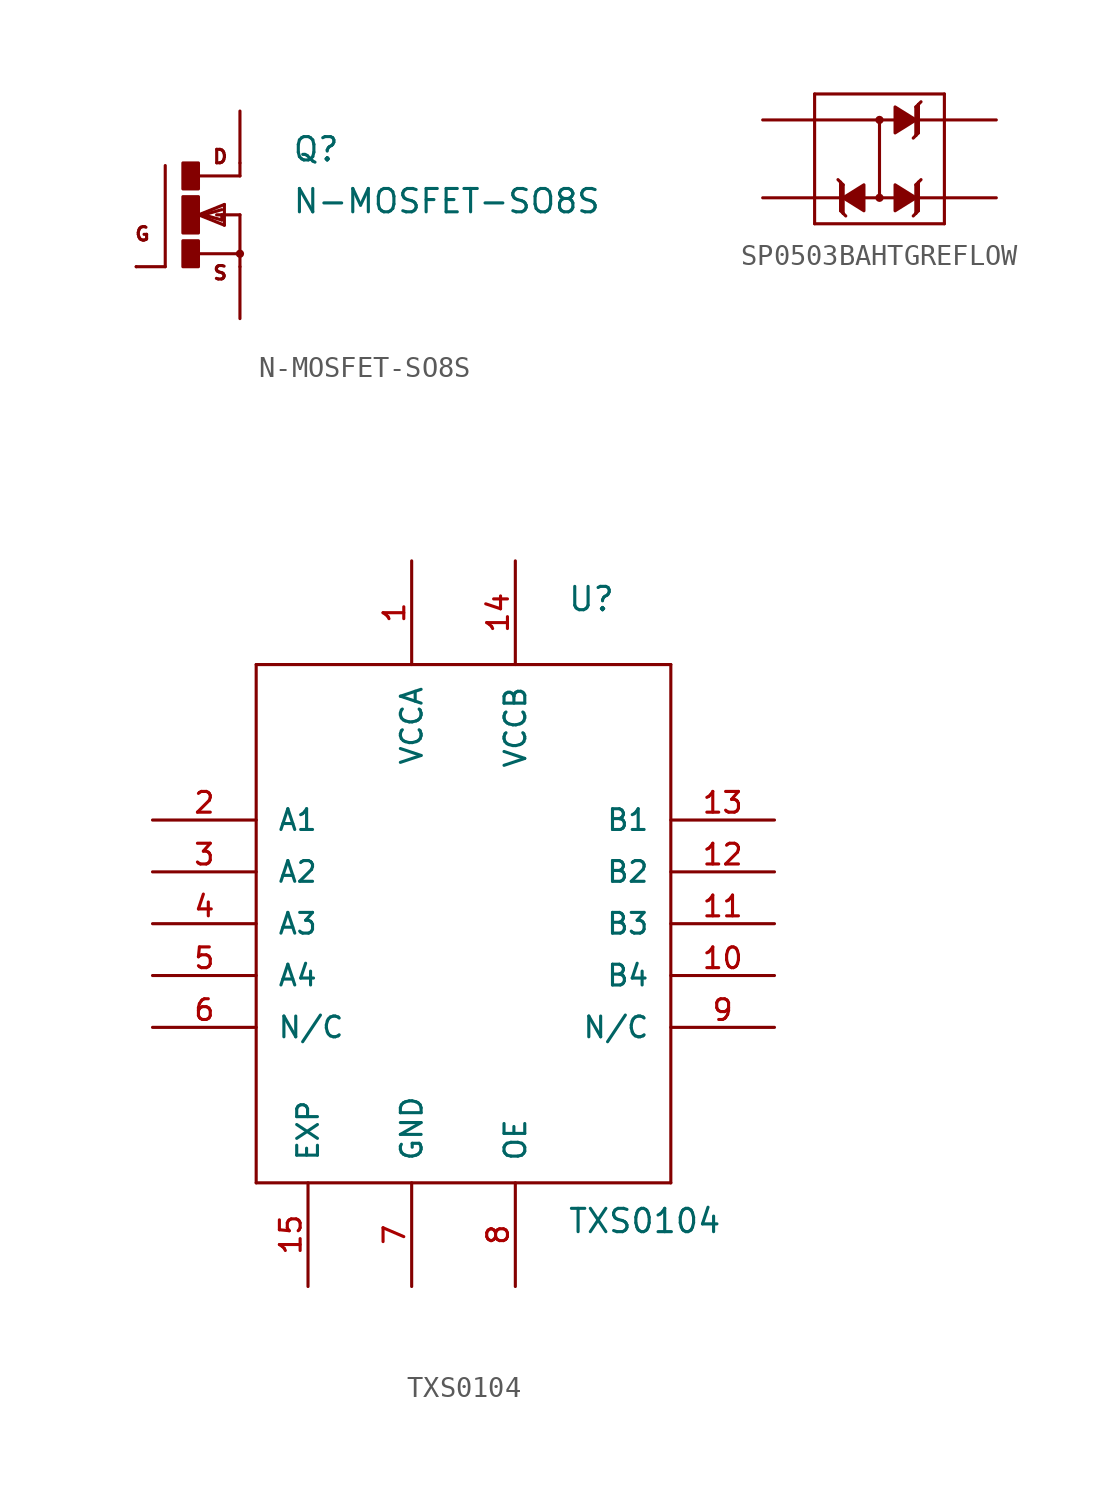
<source format=kicad_sym>
(kicad_symbol_lib
  (version 20220914)
  (generator kicad_symbol_editor)
  (symbol "N-MOSFET-SO8S"
    (pin_numbers hide)
    (pin_names
      (offset 1.016) hide)
    (property "Reference" "Q"
      (at 5.08 2.54 0)
      (effects (font (size 1.143 1.143)) (justify left bottom)))
    (property "Value" "N-MOSFET-SO8S"
      (at 5.08 0 0)
      (effects (font (size 1.143 1.143)) (justify left bottom)))
    (property "ki_locked" ""
      (at 0 0 0)
      (effects (font (size 1.27 1.27))))
    (symbol "N-MOSFET-SO8S_1_0"
      (polyline (pts (xy -1.118 -2.54) (xy -2.54 -2.54)) (stroke (width 0) (type solid)) (fill (type none)))
      (polyline (pts (xy -1.118 2.413) (xy -1.118 -2.54)) (stroke (width 0) (type solid)) (fill (type none)))
      (polyline (pts (xy 0.508 -1.905) (xy 2.54 -1.905)) (stroke (width 0) (type solid)) (fill (type none)))
      (polyline (pts (xy 0.508 0) (xy 1.778 -0.508)) (stroke (width 0) (type solid)) (fill (type none)))
      (polyline (pts (xy 0.762 0) (xy 1.651 -0.254)) (stroke (width 0) (type solid)) (fill (type none)))
      (polyline (pts (xy 1.651 -0.254) (xy 1.651 0)) (stroke (width 0) (type solid)) (fill (type none)))
      (polyline (pts (xy 1.651 0) (xy 1.397 0)) (stroke (width 0) (type solid)) (fill (type none)))
      (polyline (pts (xy 1.651 0) (xy 2.54 0)) (stroke (width 0) (type solid)) (fill (type none)))
      (polyline (pts (xy 1.651 0.254) (xy 0.762 0)) (stroke (width 0) (type solid)) (fill (type none)))
      (polyline (pts (xy 1.778 -0.508) (xy 1.778 0.508)) (stroke (width 0) (type solid)) (fill (type none)))
      (polyline (pts (xy 1.778 0.508) (xy 0.508 0)) (stroke (width 0) (type solid)) (fill (type none)))
      (polyline (pts (xy 2.54 -1.905) (xy 2.54 -2.54)) (stroke (width 0) (type solid)) (fill (type none)))
      (polyline (pts (xy 2.54 0) (xy 2.54 -1.905)) (stroke (width 0) (type solid)) (fill (type none)))
      (polyline (pts (xy 2.54 1.905) (xy 0.533 1.905)) (stroke (width 0) (type solid)) (fill (type none)))
      (polyline (pts (xy 2.54 2.54) (xy 2.54 1.905)) (stroke (width 0) (type solid)) (fill (type none)))
      (text "D" (at 1.575 2.845 0) (effects (font (size 0.66 0.66))))
      (text "G" (at -2.235 -0.94 0) (effects (font (size 0.66 0.66))))
      (text "S" (at 1.575 -2.845 0) (effects (font (size 0.66 0.66)))))
    (symbol "N-MOSFET-SO8S_1_1"
      (rectangle (start -0.254 -2.54) (end 0.508 -1.27) (stroke (width 0) (type solid)) (fill (type outline)))
      (rectangle (start -0.254 -0.889) (end 0.508 0.889) (stroke (width 0) (type solid)) (fill (type outline)))
      (rectangle (start -0.254 1.27) (end 0.508 2.54) (stroke (width 0) (type solid)) (fill (type outline)))
      (circle (center 2.54 -1.905) (radius 0.127) (stroke (width 0) (type solid)) (fill (type outline)))
      (pin passive line (at 2.54 -5.08 90) (length 2.54) (name "S" (effects (font (size 1.016 1.016)))) (number "1" (effects (font (size 1.016 1.016)))))
      (pin passive line (at 2.54 -5.08 90) (length 2.54) hide (name "S" (effects (font (size 1.016 1.016)))) (number "2" (effects (font (size 1.016 1.016)))))
      (pin passive line (at 2.54 -5.08 90) (length 2.54) hide (name "S" (effects (font (size 1.016 1.016)))) (number "3" (effects (font (size 1.016 1.016)))))
      (pin passive line (at -2.54 -2.54 0) (length 0) (name "G" (effects (font (size 1.016 1.016)))) (number "4" (effects (font (size 1.016 1.016)))))
      (pin passive line (at 2.54 5.08 270) (length 2.54) (name "D" (effects (font (size 1.016 1.016)))) (number "5" (effects (font (size 1.016 1.016)))))
      (pin passive line (at 2.54 5.08 270) (length 2.54) hide (name "D" (effects (font (size 1.016 1.016)))) (number "6" (effects (font (size 1.016 1.016)))))
      (pin passive line (at 2.54 5.08 270) (length 2.54) hide (name "D" (effects (font (size 1.016 1.016)))) (number "7" (effects (font (size 1.016 1.016)))))
      (pin passive line (at 2.54 5.08 270) (length 2.54) hide (name "D" (effects (font (size 1.016 1.016)))) (number "8" (effects (font (size 1.016 1.016)))))))
  (symbol "SP0503BAHTGREFLOW"
    (pin_numbers hide)
    (pin_names
      (offset 1.016) hide)
    (property "Reference" "U"
      (at 0 0 0)
      (effects (font (size 1.143 1.143)) hide))
    (property "ki_locked" ""
      (at 0 0 0)
      (effects (font (size 1.27 1.27))))
    (symbol "SP0503BAHTGREFLOW_1_0"
      (polyline (pts (xy -3.81 -3.81) (xy -3.81 -2.54)) (stroke (width 0) (type solid)) (fill (type none)))
      (polyline (pts (xy -3.81 -2.54) (xy -3.81 1.27)) (stroke (width 0) (type solid)) (fill (type none)))
      (polyline (pts (xy -3.81 -2.54) (xy -2.54 -2.54)) (stroke (width 0) (type solid)) (fill (type none)))
      (polyline (pts (xy -3.81 1.27) (xy -3.81 2.54)) (stroke (width 0) (type solid)) (fill (type none)))
      (polyline (pts (xy -3.81 1.27) (xy 0.127 1.27)) (stroke (width 0) (type solid)) (fill (type none)))
      (polyline (pts (xy -3.81 2.54) (xy 2.54 2.54)) (stroke (width 0) (type solid)) (fill (type none)))
      (polyline (pts (xy -2.54 -3.175) (xy -2.413 -3.302)) (stroke (width 0) (type solid)) (fill (type none)))
      (polyline (pts (xy -2.54 -2.54) (xy -2.54 -3.175)) (stroke (width 0) (type solid)) (fill (type none)))
      (polyline (pts (xy -2.54 -1.778) (xy -2.667 -1.651)) (stroke (width 0) (type solid)) (fill (type none)))
      (polyline (pts (xy -2.54 -1.778) (xy -2.54 -2.54)) (stroke (width 0) (type solid)) (fill (type none)))
      (polyline (pts (xy -2.413 -3.302) (xy -2.286 -3.429)) (stroke (width 0) (type solid)) (fill (type none)))
      (polyline (pts (xy -2.413 -1.905) (xy -2.54 -1.778)) (stroke (width 0) (type solid)) (fill (type none)))
      (polyline (pts (xy -2.413 -1.905) (xy -2.413 -3.302)) (stroke (width 0) (type solid)) (fill (type none)))
      (polyline (pts (xy -0.635 1.143) (xy -0.635 -2.54)) (stroke (width 0) (type solid)) (fill (type none)))
      (polyline (pts (xy 0.254 -2.54) (xy -1.524 -2.54)) (stroke (width 0) (type solid)) (fill (type none)))
      (polyline (pts (xy 1.143 -3.302) (xy 1.016 -3.429)) (stroke (width 0) (type solid)) (fill (type none)))
      (polyline (pts (xy 1.143 -1.905) (xy 1.143 -3.302)) (stroke (width 0) (type solid)) (fill (type none)))
      (polyline (pts (xy 1.143 -1.905) (xy 1.27 -1.778)) (stroke (width 0) (type solid)) (fill (type none)))
      (polyline (pts (xy 1.143 0.508) (xy 1.016 0.381)) (stroke (width 0) (type solid)) (fill (type none)))
      (polyline (pts (xy 1.143 1.905) (xy 1.143 0.508)) (stroke (width 0) (type solid)) (fill (type none)))
      (polyline (pts (xy 1.143 1.905) (xy 1.27 2.032)) (stroke (width 0) (type solid)) (fill (type none)))
      (polyline (pts (xy 1.27 -3.175) (xy 1.143 -3.302)) (stroke (width 0) (type solid)) (fill (type none)))
      (polyline (pts (xy 1.27 -2.54) (xy 1.27 -3.175)) (stroke (width 0) (type solid)) (fill (type none)))
      (polyline (pts (xy 1.27 -1.778) (xy 1.27 -2.54)) (stroke (width 0) (type solid)) (fill (type none)))
      (polyline (pts (xy 1.27 -1.778) (xy 1.397 -1.651)) (stroke (width 0) (type solid)) (fill (type none)))
      (polyline (pts (xy 1.27 0.635) (xy 1.143 0.508)) (stroke (width 0) (type solid)) (fill (type none)))
      (polyline (pts (xy 1.27 1.27) (xy 1.27 0.635)) (stroke (width 0) (type solid)) (fill (type none)))
      (polyline (pts (xy 1.27 2.032) (xy 1.27 1.27)) (stroke (width 0) (type solid)) (fill (type none)))
      (polyline (pts (xy 1.27 2.032) (xy 1.397 2.159)) (stroke (width 0) (type solid)) (fill (type none)))
      (polyline (pts (xy 2.54 -3.81) (xy -3.81 -3.81)) (stroke (width 0) (type solid)) (fill (type none)))
      (polyline (pts (xy 2.54 -2.54) (xy 1.27 -2.54)) (stroke (width 0) (type solid)) (fill (type none)))
      (polyline (pts (xy 2.54 -2.54) (xy 2.54 -3.81)) (stroke (width 0) (type solid)) (fill (type none)))
      (polyline (pts (xy 2.54 1.27) (xy 1.27 1.27)) (stroke (width 0) (type solid)) (fill (type none)))
      (polyline (pts (xy 2.54 1.27) (xy 2.54 -2.54)) (stroke (width 0) (type solid)) (fill (type none)))
      (polyline (pts (xy 2.54 2.54) (xy 2.54 1.27)) (stroke (width 0) (type solid)) (fill (type none))))
    (symbol "SP0503BAHTGREFLOW_1_1"
      (circle (center -0.635 -2.54) (radius 0.127) (stroke (width 0) (type solid)) (fill (type outline)))
      (circle (center -0.635 1.27) (radius 0.127) (stroke (width 0) (type solid)) (fill (type outline)))
      (polyline (pts (xy -1.397 -1.905) (xy -1.397 -3.175) (xy -1.397 -3.175) (xy -2.413 -2.54) (xy -2.413 -2.54) (xy -1.397 -1.905)) (stroke (width 0) (type solid)) (fill (type outline)))
      (polyline (pts (xy 0.127 -1.905) (xy 0.127 -3.175) (xy 0.127 -3.175) (xy 1.143 -2.54) (xy 1.143 -2.54) (xy 0.127 -1.905)) (stroke (width 0) (type solid)) (fill (type outline)))
      (polyline (pts (xy 0.127 1.905) (xy 0.127 0.635) (xy 0.127 0.635) (xy 1.143 1.27) (xy 1.143 1.27) (xy 0.127 1.905)) (stroke (width 0) (type solid)) (fill (type outline)))
      (pin bidirectional line (at -6.35 1.27 0) (length 2.54) (name "P$1" (effects (font (size 1.016 1.016)))) (number "1" (effects (font (size 1.016 1.016)))))
      (pin bidirectional line (at -6.35 -2.54 0) (length 2.54) (name "P$2" (effects (font (size 1.016 1.016)))) (number "2" (effects (font (size 1.016 1.016)))))
      (pin bidirectional line (at 5.08 -2.54 180) (length 2.54) (name "P$3" (effects (font (size 1.016 1.016)))) (number "3" (effects (font (size 1.016 1.016)))))
      (pin bidirectional line (at 5.08 1.27 180) (length 2.54) (name "P$4" (effects (font (size 1.016 1.016)))) (number "4" (effects (font (size 1.016 1.016)))))))
  (symbol "TXS0104"
    (pin_names
      (offset 1.016))
    (property "Reference" "U"
      (at 5.08 15.24 0)
      (effects (font (size 1.143 1.143)) (justify left bottom)))
    (property "Value" "TXS0104"
      (at 5.08 -15.24 0)
      (effects (font (size 1.143 1.143)) (justify left bottom)))
    (property "ki_locked" ""
      (at 0 0 0)
      (effects (font (size 1.27 1.27))))
    (symbol "TXS0104_1_0"
      (polyline (pts (xy -10.16 -12.7) (xy 10.16 -12.7)) (stroke (width 0) (type solid)) (fill (type none)))
      (polyline (pts (xy -10.16 12.7) (xy -10.16 -12.7)) (stroke (width 0) (type solid)) (fill (type none)))
      (polyline (pts (xy 10.16 -12.7) (xy 10.16 12.7)) (stroke (width 0) (type solid)) (fill (type none)))
      (polyline (pts (xy 10.16 12.7) (xy -10.16 12.7)) (stroke (width 0) (type solid)) (fill (type none))))
    (symbol "TXS0104_1_1"
      (pin power_in line (at -2.54 17.78 270) (length 5.08) (name "VCCA" (effects (font (size 1.016 1.016)))) (number "1" (effects (font (size 1.016 1.016)))))
      (pin passive line (at 15.24 -2.54 180) (length 5.08) (name "B4" (effects (font (size 1.016 1.016)))) (number "10" (effects (font (size 1.016 1.016)))))
      (pin passive line (at 15.24 0 180) (length 5.08) (name "B3" (effects (font (size 1.016 1.016)))) (number "11" (effects (font (size 1.016 1.016)))))
      (pin passive line (at 15.24 2.54 180) (length 5.08) (name "B2" (effects (font (size 1.016 1.016)))) (number "12" (effects (font (size 1.016 1.016)))))
      (pin passive line (at 15.24 5.08 180) (length 5.08) (name "B1" (effects (font (size 1.016 1.016)))) (number "13" (effects (font (size 1.016 1.016)))))
      (pin power_in line (at 2.54 17.78 270) (length 5.08) (name "VCCB" (effects (font (size 1.016 1.016)))) (number "14" (effects (font (size 1.016 1.016)))))
      (pin power_in line (at -7.62 -17.78 90) (length 5.08) (name "EXP" (effects (font (size 1.016 1.016)))) (number "15" (effects (font (size 1.016 1.016)))))
      (pin passive line (at -15.24 5.08 0) (length 5.08) (name "A1" (effects (font (size 1.016 1.016)))) (number "2" (effects (font (size 1.016 1.016)))))
      (pin passive line (at -15.24 2.54 0) (length 5.08) (name "A2" (effects (font (size 1.016 1.016)))) (number "3" (effects (font (size 1.016 1.016)))))
      (pin passive line (at -15.24 0 0) (length 5.08) (name "A3" (effects (font (size 1.016 1.016)))) (number "4" (effects (font (size 1.016 1.016)))))
      (pin passive line (at -15.24 -2.54 0) (length 5.08) (name "A4" (effects (font (size 1.016 1.016)))) (number "5" (effects (font (size 1.016 1.016)))))
      (pin unspecified line (at -15.24 -5.08 0) (length 5.08) (name "N/C" (effects (font (size 1.016 1.016)))) (number "6" (effects (font (size 1.016 1.016)))))
      (pin power_in line (at -2.54 -17.78 90) (length 5.08) (name "GND" (effects (font (size 1.016 1.016)))) (number "7" (effects (font (size 1.016 1.016)))))
      (pin passive line (at 2.54 -17.78 90) (length 5.08) (name "OE" (effects (font (size 1.016 1.016)))) (number "8" (effects (font (size 1.016 1.016)))))
      (pin unspecified line (at 15.24 -5.08 180) (length 5.08) (name "N/C" (effects (font (size 1.016 1.016)))) (number "9" (effects (font (size 1.016 1.016))))))))
</source>
